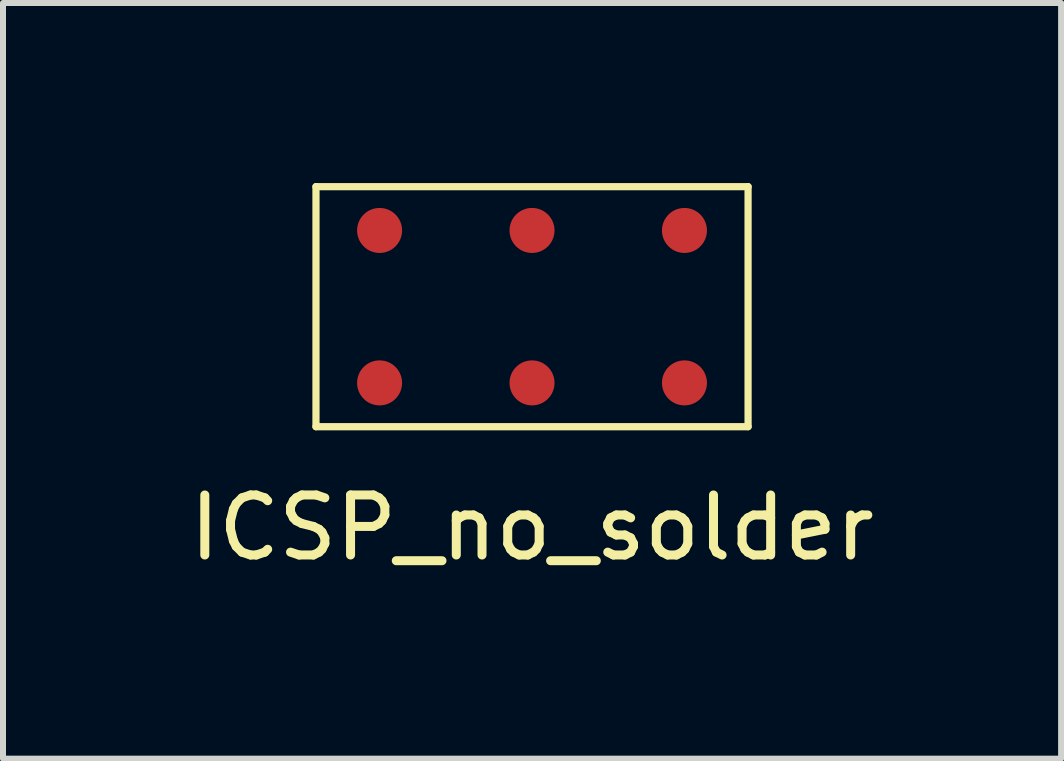
<source format=kicad_pcb>
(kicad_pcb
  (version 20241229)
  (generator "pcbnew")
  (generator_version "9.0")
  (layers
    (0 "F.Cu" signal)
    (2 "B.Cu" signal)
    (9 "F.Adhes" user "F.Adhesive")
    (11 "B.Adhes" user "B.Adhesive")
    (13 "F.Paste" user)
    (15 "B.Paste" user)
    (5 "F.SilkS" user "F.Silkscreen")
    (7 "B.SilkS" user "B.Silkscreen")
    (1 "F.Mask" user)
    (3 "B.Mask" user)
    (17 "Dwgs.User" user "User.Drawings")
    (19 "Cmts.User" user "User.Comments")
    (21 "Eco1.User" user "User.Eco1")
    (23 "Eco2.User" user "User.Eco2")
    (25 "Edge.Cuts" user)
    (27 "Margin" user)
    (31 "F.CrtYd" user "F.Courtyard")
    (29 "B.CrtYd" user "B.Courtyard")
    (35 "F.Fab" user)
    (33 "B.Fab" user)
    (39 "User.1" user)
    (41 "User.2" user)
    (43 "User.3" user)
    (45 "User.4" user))
  (footprint "ICSP_no_solder"
    (layer "F.Cu")
    (at 5.815 2.06)
    (property "Reference" "ICSP_no_solder" (at 0 3.683 0) (layer "F.SilkS") (effects (font (size 1 1) (thickness 0.15))))
    (attr through_hole)
    (fp_line (start -3.6 -2) (end 3.6 -2) (stroke (width 0.12) (type solid)) (layer "F.SilkS"))
    (fp_line (start -3.6 2) (end -3.6 -2) (stroke (width 0.12) (type solid)) (layer "F.SilkS"))
    (fp_line (start 3.6 -2) (end 3.6 2) (stroke (width 0.12) (type solid)) (layer "F.SilkS"))
    (fp_line (start 3.6 2) (end -3.6 2) (stroke (width 0.12) (type solid)) (layer "F.SilkS"))
    (pad "1" smd circle (at -2.54 1.27) (size 0.75 0.75) (layers "F.Cu" "F.Mask"))
    (pad "2" smd circle (at -2.54 -1.27) (size 0.75 0.75) (layers "F.Cu" "F.Mask"))
    (pad "3" smd circle (at 0 1.27) (size 0.75 0.75) (layers "F.Cu" "F.Mask"))
    (pad "4" smd circle (at 0 -1.27) (size 0.75 0.75) (layers "F.Cu" "F.Mask"))
    (pad "5" smd circle (at 2.54 1.27) (size 0.75 0.75) (layers "F.Cu" "F.Mask"))
    (pad "6" smd circle (at 2.54 -1.27) (size 0.75 0.75) (layers "F.Cu" "F.Mask")))
  (gr_rect
    (start -3 -3)
    (end 14.631 9.591)
    (stroke (width 0.1) (type default))
    (fill no)
    (layer "Edge.Cuts")))
</source>
